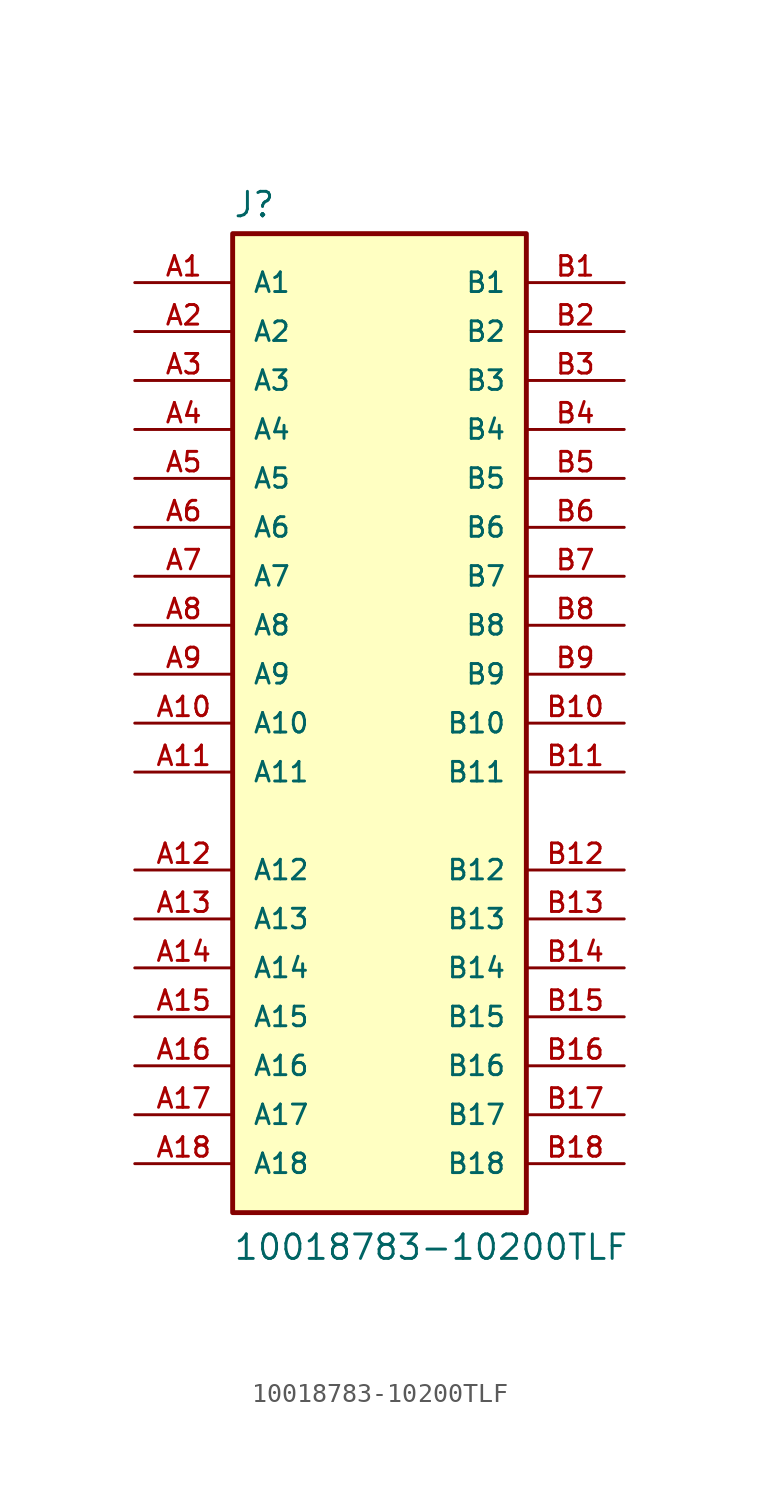
<source format=kicad_sym>
(kicad_symbol_lib
  (version 20211014)
  (generator kicad_symbol_editor)
  (symbol "10018783-10200TLF"
    (pin_names
      (offset 1.016))
    (property "Reference" "J"
      (at -7.62 26.162 0)
      (effects (font (size 1.27 1.27)) (justify bottom left)))
    (property "Value" "10018783-10200TLF"
      (at -7.62 -27.94 0)
      (effects (font (size 1.27 1.27)) (justify bottom left)))
    (symbol "10018783-10200TLF_0_0"
      (rectangle (start -7.62 -25.4) (end 7.62 25.4) (stroke (width 0.254)) (fill (type background)))
      (pin passive line (at -12.7 22.86 0) (length 5.08) (name "A1" (effects (font (size 1.016 1.016)))) (number "A1" (effects (font (size 1.016 1.016)))))
      (pin passive line (at -12.7 20.32 0) (length 5.08) (name "A2" (effects (font (size 1.016 1.016)))) (number "A2" (effects (font (size 1.016 1.016)))))
      (pin passive line (at -12.7 17.78 0) (length 5.08) (name "A3" (effects (font (size 1.016 1.016)))) (number "A3" (effects (font (size 1.016 1.016)))))
      (pin passive line (at -12.7 15.24 0) (length 5.08) (name "A4" (effects (font (size 1.016 1.016)))) (number "A4" (effects (font (size 1.016 1.016)))))
      (pin passive line (at -12.7 12.7 0) (length 5.08) (name "A5" (effects (font (size 1.016 1.016)))) (number "A5" (effects (font (size 1.016 1.016)))))
      (pin passive line (at -12.7 10.16 0) (length 5.08) (name "A6" (effects (font (size 1.016 1.016)))) (number "A6" (effects (font (size 1.016 1.016)))))
      (pin passive line (at -12.7 7.62 0) (length 5.08) (name "A7" (effects (font (size 1.016 1.016)))) (number "A7" (effects (font (size 1.016 1.016)))))
      (pin passive line (at -12.7 5.08 0) (length 5.08) (name "A8" (effects (font (size 1.016 1.016)))) (number "A8" (effects (font (size 1.016 1.016)))))
      (pin passive line (at -12.7 2.54 0) (length 5.08) (name "A9" (effects (font (size 1.016 1.016)))) (number "A9" (effects (font (size 1.016 1.016)))))
      (pin passive line (at -12.7 0.0 0) (length 5.08) (name "A10" (effects (font (size 1.016 1.016)))) (number "A10" (effects (font (size 1.016 1.016)))))
      (pin passive line (at -12.7 -2.54 0) (length 5.08) (name "A11" (effects (font (size 1.016 1.016)))) (number "A11" (effects (font (size 1.016 1.016)))))
      (pin passive line (at -12.7 -7.62 0) (length 5.08) (name "A12" (effects (font (size 1.016 1.016)))) (number "A12" (effects (font (size 1.016 1.016)))))
      (pin passive line (at -12.7 -10.16 0) (length 5.08) (name "A13" (effects (font (size 1.016 1.016)))) (number "A13" (effects (font (size 1.016 1.016)))))
      (pin passive line (at -12.7 -12.7 0) (length 5.08) (name "A14" (effects (font (size 1.016 1.016)))) (number "A14" (effects (font (size 1.016 1.016)))))
      (pin passive line (at -12.7 -15.24 0) (length 5.08) (name "A15" (effects (font (size 1.016 1.016)))) (number "A15" (effects (font (size 1.016 1.016)))))
      (pin passive line (at -12.7 -17.78 0) (length 5.08) (name "A16" (effects (font (size 1.016 1.016)))) (number "A16" (effects (font (size 1.016 1.016)))))
      (pin passive line (at -12.7 -20.32 0) (length 5.08) (name "A17" (effects (font (size 1.016 1.016)))) (number "A17" (effects (font (size 1.016 1.016)))))
      (pin passive line (at -12.7 -22.86 0) (length 5.08) (name "A18" (effects (font (size 1.016 1.016)))) (number "A18" (effects (font (size 1.016 1.016)))))
      (pin passive line (at 12.7 22.86 180.0) (length 5.08) (name "B1" (effects (font (size 1.016 1.016)))) (number "B1" (effects (font (size 1.016 1.016)))))
      (pin passive line (at 12.7 20.32 180.0) (length 5.08) (name "B2" (effects (font (size 1.016 1.016)))) (number "B2" (effects (font (size 1.016 1.016)))))
      (pin passive line (at 12.7 17.78 180.0) (length 5.08) (name "B3" (effects (font (size 1.016 1.016)))) (number "B3" (effects (font (size 1.016 1.016)))))
      (pin passive line (at 12.7 15.24 180.0) (length 5.08) (name "B4" (effects (font (size 1.016 1.016)))) (number "B4" (effects (font (size 1.016 1.016)))))
      (pin passive line (at 12.7 12.7 180.0) (length 5.08) (name "B5" (effects (font (size 1.016 1.016)))) (number "B5" (effects (font (size 1.016 1.016)))))
      (pin passive line (at 12.7 10.16 180.0) (length 5.08) (name "B6" (effects (font (size 1.016 1.016)))) (number "B6" (effects (font (size 1.016 1.016)))))
      (pin passive line (at 12.7 7.62 180.0) (length 5.08) (name "B7" (effects (font (size 1.016 1.016)))) (number "B7" (effects (font (size 1.016 1.016)))))
      (pin passive line (at 12.7 5.08 180.0) (length 5.08) (name "B8" (effects (font (size 1.016 1.016)))) (number "B8" (effects (font (size 1.016 1.016)))))
      (pin passive line (at 12.7 2.54 180.0) (length 5.08) (name "B9" (effects (font (size 1.016 1.016)))) (number "B9" (effects (font (size 1.016 1.016)))))
      (pin passive line (at 12.7 0.0 180.0) (length 5.08) (name "B10" (effects (font (size 1.016 1.016)))) (number "B10" (effects (font (size 1.016 1.016)))))
      (pin passive line (at 12.7 -2.54 180.0) (length 5.08) (name "B11" (effects (font (size 1.016 1.016)))) (number "B11" (effects (font (size 1.016 1.016)))))
      (pin passive line (at 12.7 -7.62 180.0) (length 5.08) (name "B12" (effects (font (size 1.016 1.016)))) (number "B12" (effects (font (size 1.016 1.016)))))
      (pin passive line (at 12.7 -10.16 180.0) (length 5.08) (name "B13" (effects (font (size 1.016 1.016)))) (number "B13" (effects (font (size 1.016 1.016)))))
      (pin passive line (at 12.7 -12.7 180.0) (length 5.08) (name "B14" (effects (font (size 1.016 1.016)))) (number "B14" (effects (font (size 1.016 1.016)))))
      (pin passive line (at 12.7 -15.24 180.0) (length 5.08) (name "B15" (effects (font (size 1.016 1.016)))) (number "B15" (effects (font (size 1.016 1.016)))))
      (pin passive line (at 12.7 -17.78 180.0) (length 5.08) (name "B16" (effects (font (size 1.016 1.016)))) (number "B16" (effects (font (size 1.016 1.016)))))
      (pin passive line (at 12.7 -20.32 180.0) (length 5.08) (name "B17" (effects (font (size 1.016 1.016)))) (number "B17" (effects (font (size 1.016 1.016)))))
      (pin passive line (at 12.7 -22.86 180.0) (length 5.08) (name "B18" (effects (font (size 1.016 1.016)))) (number "B18" (effects (font (size 1.016 1.016))))))))
</source>
